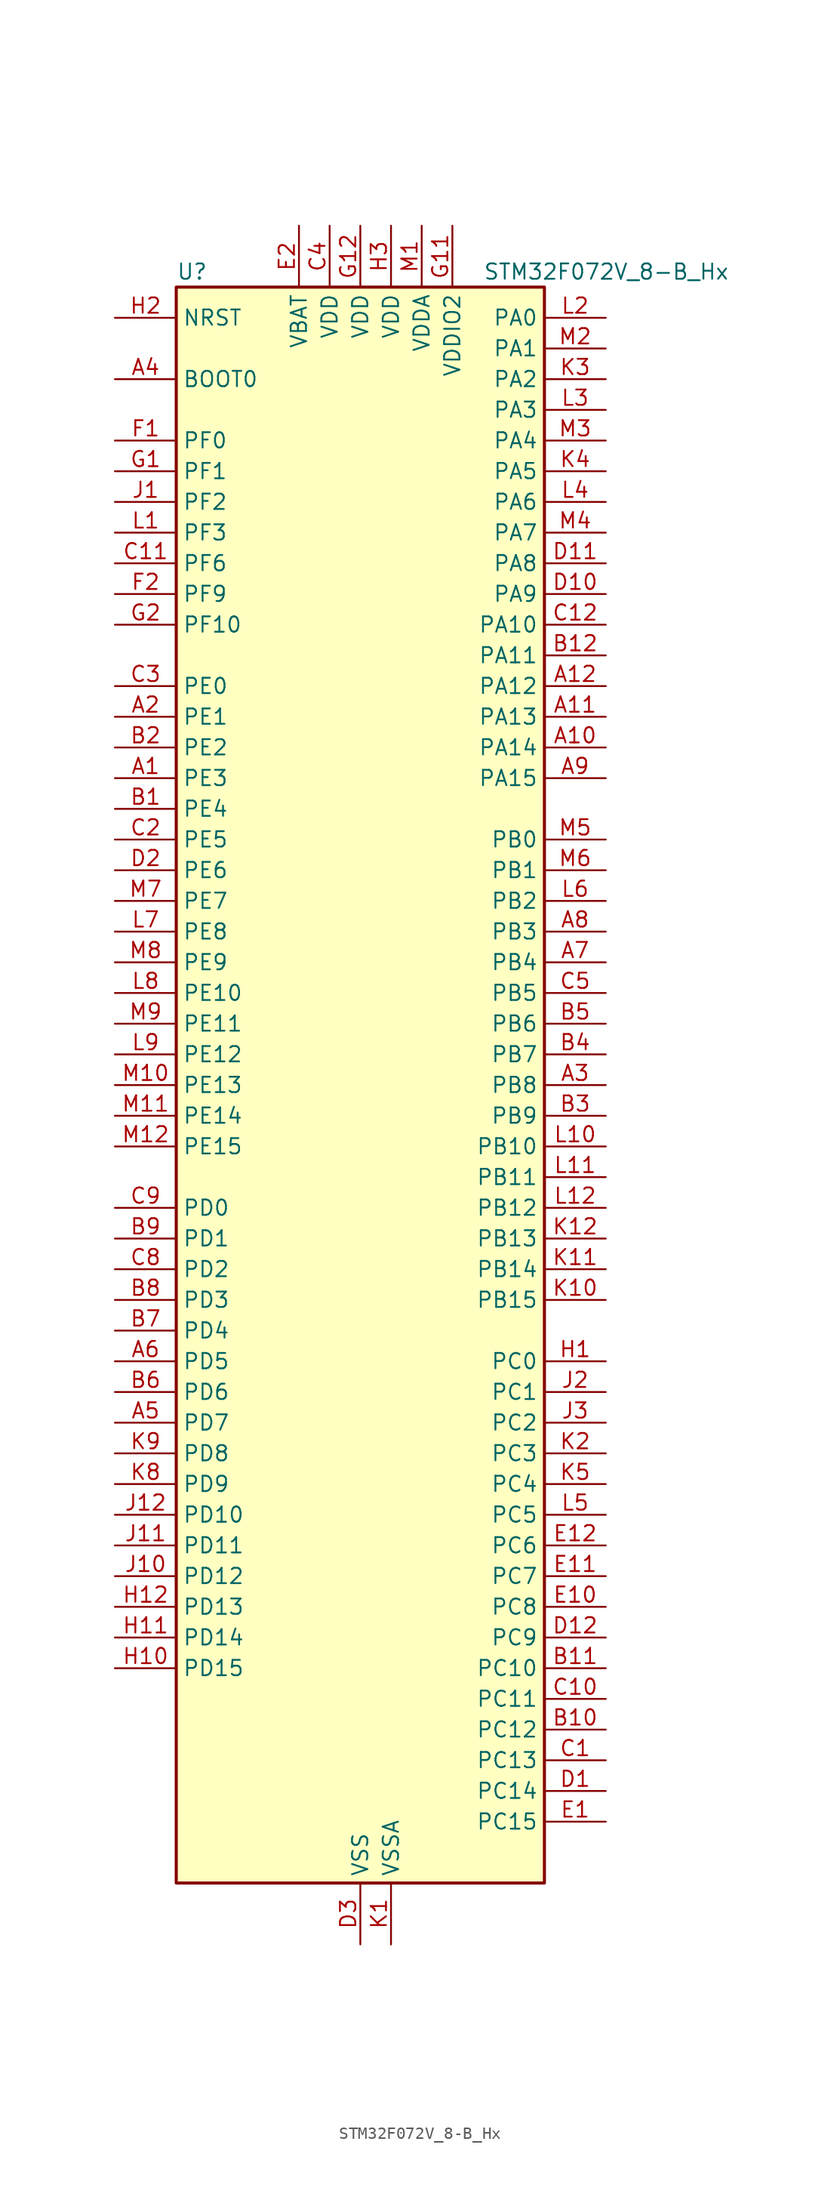
<source format=kicad_sym>
(kicad_symbol_lib
  (version 20231120)
  (generator "kicad_symbol_editor")
  (generator_version "8.0")
  (symbol "STM32F072V_8-B_Hx"
    (property "Reference" "U"
      (at -15.24 67.31 0)
      (effects (font (size 1.27 1.27)) (justify left)))
    (property "Value" "STM32F072V_8-B_Hx"
      (at 10.16 67.31 0)
      (effects (font (size 1.27 1.27)) (justify left)))
    (property "ki_locked" ""
      (at 0 0 0)
      (effects (font (size 1.27 1.27))))
    (symbol "STM32F072V_8-B_Hx_0_1"
      (rectangle (start -15.24 -66.04) (end 15.24 66.04) (stroke (width 0.254) (type default)) (fill (type background))))
    (symbol "STM32F072V_8-B_Hx_1_1"
      (pin bidirectional line (at -20.32 25.4 0) (length 5.08) (name "PE3" (effects (font (size 1.27 1.27)))) (number "A1" (effects (font (size 1.27 1.27)))) (alternate "TIM3_CH1" bidirectional line) (alternate "TSC_G7_IO2" bidirectional line))
      (pin bidirectional line (at 20.32 27.94 180) (length 5.08) (name "PA14" (effects (font (size 1.27 1.27)))) (number "A10" (effects (font (size 1.27 1.27)))) (alternate "SYS_SWCLK" bidirectional line) (alternate "USART2_TX" bidirectional line))
      (pin bidirectional line (at 20.32 30.48 180) (length 5.08) (name "PA13" (effects (font (size 1.27 1.27)))) (number "A11" (effects (font (size 1.27 1.27)))) (alternate "IR_OUT" bidirectional line) (alternate "SYS_SWDIO" bidirectional line) (alternate "USB_NOE" bidirectional line))
      (pin bidirectional line (at 20.32 33.02 180) (length 5.08) (name "PA12" (effects (font (size 1.27 1.27)))) (number "A12" (effects (font (size 1.27 1.27)))) (alternate "CAN_TX" bidirectional line) (alternate "COMP2_OUT" bidirectional line) (alternate "TIM1_ETR" bidirectional line) (alternate "TSC_G4_IO4" bidirectional line) (alternate "USART1_DE" bidirectional line) (alternate "USART1_RTS" bidirectional line) (alternate "USB_DP" bidirectional line))
      (pin bidirectional line (at -20.32 30.48 0) (length 5.08) (name "PE1" (effects (font (size 1.27 1.27)))) (number "A2" (effects (font (size 1.27 1.27)))) (alternate "TIM17_CH1" bidirectional line))
      (pin bidirectional line (at 20.32 0 180) (length 5.08) (name "PB8" (effects (font (size 1.27 1.27)))) (number "A3" (effects (font (size 1.27 1.27)))) (alternate "CAN_RX" bidirectional line) (alternate "CEC" bidirectional line) (alternate "I2C1_SCL" bidirectional line) (alternate "TIM16_CH1" bidirectional line) (alternate "TSC_SYNC" bidirectional line))
      (pin input line (at -20.32 58.42 0) (length 5.08) (name "BOOT0" (effects (font (size 1.27 1.27)))) (number "A4" (effects (font (size 1.27 1.27)))))
      (pin bidirectional line (at -20.32 -27.94 0) (length 5.08) (name "PD7" (effects (font (size 1.27 1.27)))) (number "A5" (effects (font (size 1.27 1.27)))) (alternate "USART2_CK" bidirectional line))
      (pin bidirectional line (at -20.32 -22.86 0) (length 5.08) (name "PD5" (effects (font (size 1.27 1.27)))) (number "A6" (effects (font (size 1.27 1.27)))) (alternate "USART2_TX" bidirectional line))
      (pin bidirectional line (at 20.32 10.16 180) (length 5.08) (name "PB4" (effects (font (size 1.27 1.27)))) (number "A7" (effects (font (size 1.27 1.27)))) (alternate "I2S1_MCK" bidirectional line) (alternate "SPI1_MISO" bidirectional line) (alternate "TIM17_BKIN" bidirectional line) (alternate "TIM3_CH1" bidirectional line) (alternate "TSC_G5_IO2" bidirectional line))
      (pin bidirectional line (at 20.32 12.7 180) (length 5.08) (name "PB3" (effects (font (size 1.27 1.27)))) (number "A8" (effects (font (size 1.27 1.27)))) (alternate "I2S1_CK" bidirectional line) (alternate "SPI1_SCK" bidirectional line) (alternate "TIM2_CH2" bidirectional line) (alternate "TSC_G5_IO1" bidirectional line))
      (pin bidirectional line (at 20.32 25.4 180) (length 5.08) (name "PA15" (effects (font (size 1.27 1.27)))) (number "A9" (effects (font (size 1.27 1.27)))) (alternate "I2S1_WS" bidirectional line) (alternate "SPI1_NSS" bidirectional line) (alternate "TIM2_CH1" bidirectional line) (alternate "TIM2_ETR" bidirectional line) (alternate "USART2_RX" bidirectional line) (alternate "USART4_DE" bidirectional line) (alternate "USART4_RTS" bidirectional line))
      (pin bidirectional line (at -20.32 22.86 0) (length 5.08) (name "PE4" (effects (font (size 1.27 1.27)))) (number "B1" (effects (font (size 1.27 1.27)))) (alternate "TIM3_CH2" bidirectional line) (alternate "TSC_G7_IO3" bidirectional line))
      (pin bidirectional line (at 20.32 -53.34 180) (length 5.08) (name "PC12" (effects (font (size 1.27 1.27)))) (number "B10" (effects (font (size 1.27 1.27)))) (alternate "USART3_CK" bidirectional line) (alternate "USART4_CK" bidirectional line))
      (pin bidirectional line (at 20.32 -48.26 180) (length 5.08) (name "PC10" (effects (font (size 1.27 1.27)))) (number "B11" (effects (font (size 1.27 1.27)))) (alternate "USART3_TX" bidirectional line) (alternate "USART4_TX" bidirectional line))
      (pin bidirectional line (at 20.32 35.56 180) (length 5.08) (name "PA11" (effects (font (size 1.27 1.27)))) (number "B12" (effects (font (size 1.27 1.27)))) (alternate "CAN_RX" bidirectional line) (alternate "COMP1_OUT" bidirectional line) (alternate "TIM1_CH4" bidirectional line) (alternate "TSC_G4_IO3" bidirectional line) (alternate "USART1_CTS" bidirectional line) (alternate "USB_DM" bidirectional line))
      (pin bidirectional line (at -20.32 27.94 0) (length 5.08) (name "PE2" (effects (font (size 1.27 1.27)))) (number "B2" (effects (font (size 1.27 1.27)))) (alternate "TIM3_ETR" bidirectional line) (alternate "TSC_G7_IO1" bidirectional line))
      (pin bidirectional line (at 20.32 -2.54 180) (length 5.08) (name "PB9" (effects (font (size 1.27 1.27)))) (number "B3" (effects (font (size 1.27 1.27)))) (alternate "CAN_TX" bidirectional line) (alternate "DAC_EXTI9" bidirectional line) (alternate "I2C1_SDA" bidirectional line) (alternate "I2S2_WS" bidirectional line) (alternate "IR_OUT" bidirectional line) (alternate "SPI2_NSS" bidirectional line) (alternate "TIM17_CH1" bidirectional line))
      (pin bidirectional line (at 20.32 2.54 180) (length 5.08) (name "PB7" (effects (font (size 1.27 1.27)))) (number "B4" (effects (font (size 1.27 1.27)))) (alternate "I2C1_SDA" bidirectional line) (alternate "TIM17_CH1N" bidirectional line) (alternate "TSC_G5_IO4" bidirectional line) (alternate "USART1_RX" bidirectional line) (alternate "USART4_CTS" bidirectional line))
      (pin bidirectional line (at 20.32 5.08 180) (length 5.08) (name "PB6" (effects (font (size 1.27 1.27)))) (number "B5" (effects (font (size 1.27 1.27)))) (alternate "I2C1_SCL" bidirectional line) (alternate "TIM16_CH1N" bidirectional line) (alternate "TSC_G5_IO3" bidirectional line) (alternate "USART1_TX" bidirectional line))
      (pin bidirectional line (at -20.32 -25.4 0) (length 5.08) (name "PD6" (effects (font (size 1.27 1.27)))) (number "B6" (effects (font (size 1.27 1.27)))) (alternate "USART2_RX" bidirectional line))
      (pin bidirectional line (at -20.32 -20.32 0) (length 5.08) (name "PD4" (effects (font (size 1.27 1.27)))) (number "B7" (effects (font (size 1.27 1.27)))) (alternate "I2S2_SD" bidirectional line) (alternate "SPI2_MOSI" bidirectional line) (alternate "USART2_DE" bidirectional line) (alternate "USART2_RTS" bidirectional line))
      (pin bidirectional line (at -20.32 -17.78 0) (length 5.08) (name "PD3" (effects (font (size 1.27 1.27)))) (number "B8" (effects (font (size 1.27 1.27)))) (alternate "I2S2_MCK" bidirectional line) (alternate "SPI2_MISO" bidirectional line) (alternate "USART2_CTS" bidirectional line))
      (pin bidirectional line (at -20.32 -12.7 0) (length 5.08) (name "PD1" (effects (font (size 1.27 1.27)))) (number "B9" (effects (font (size 1.27 1.27)))) (alternate "CAN_TX" bidirectional line) (alternate "I2S2_CK" bidirectional line) (alternate "SPI2_SCK" bidirectional line))
      (pin bidirectional line (at 20.32 -55.88 180) (length 5.08) (name "PC13" (effects (font (size 1.27 1.27)))) (number "C1" (effects (font (size 1.27 1.27)))) (alternate "RTC_OUT_ALARM" bidirectional line) (alternate "RTC_OUT_CALIB" bidirectional line) (alternate "RTC_TAMP1" bidirectional line) (alternate "RTC_TS" bidirectional line) (alternate "SYS_WKUP2" bidirectional line))
      (pin bidirectional line (at 20.32 -50.8 180) (length 5.08) (name "PC11" (effects (font (size 1.27 1.27)))) (number "C10" (effects (font (size 1.27 1.27)))) (alternate "USART3_RX" bidirectional line) (alternate "USART4_RX" bidirectional line))
      (pin bidirectional line (at -20.32 43.18 0) (length 5.08) (name "PF6" (effects (font (size 1.27 1.27)))) (number "C11" (effects (font (size 1.27 1.27)))))
      (pin bidirectional line (at 20.32 38.1 180) (length 5.08) (name "PA10" (effects (font (size 1.27 1.27)))) (number "C12" (effects (font (size 1.27 1.27)))) (alternate "TIM17_BKIN" bidirectional line) (alternate "TIM1_CH3" bidirectional line) (alternate "TSC_G4_IO2" bidirectional line) (alternate "USART1_RX" bidirectional line))
      (pin bidirectional line (at -20.32 20.32 0) (length 5.08) (name "PE5" (effects (font (size 1.27 1.27)))) (number "C2" (effects (font (size 1.27 1.27)))) (alternate "TIM3_CH3" bidirectional line) (alternate "TSC_G7_IO4" bidirectional line))
      (pin bidirectional line (at -20.32 33.02 0) (length 5.08) (name "PE0" (effects (font (size 1.27 1.27)))) (number "C3" (effects (font (size 1.27 1.27)))) (alternate "TIM16_CH1" bidirectional line))
      (pin power_in line (at -2.54 71.12 270) (length 5.08) (name "VDD" (effects (font (size 1.27 1.27)))) (number "C4" (effects (font (size 1.27 1.27)))))
      (pin bidirectional line (at 20.32 7.62 180) (length 5.08) (name "PB5" (effects (font (size 1.27 1.27)))) (number "C5" (effects (font (size 1.27 1.27)))) (alternate "I2C1_SMBA" bidirectional line) (alternate "I2S1_SD" bidirectional line) (alternate "SPI1_MOSI" bidirectional line) (alternate "SYS_WKUP6" bidirectional line) (alternate "TIM16_BKIN" bidirectional line) (alternate "TIM3_CH2" bidirectional line))
      (pin bidirectional line (at -20.32 -15.24 0) (length 5.08) (name "PD2" (effects (font (size 1.27 1.27)))) (number "C8" (effects (font (size 1.27 1.27)))) (alternate "TIM3_ETR" bidirectional line) (alternate "USART3_DE" bidirectional line) (alternate "USART3_RTS" bidirectional line))
      (pin bidirectional line (at -20.32 -10.16 0) (length 5.08) (name "PD0" (effects (font (size 1.27 1.27)))) (number "C9" (effects (font (size 1.27 1.27)))) (alternate "CAN_RX" bidirectional line) (alternate "I2S2_WS" bidirectional line) (alternate "SPI2_NSS" bidirectional line))
      (pin bidirectional line (at 20.32 -58.42 180) (length 5.08) (name "PC14" (effects (font (size 1.27 1.27)))) (number "D1" (effects (font (size 1.27 1.27)))) (alternate "RCC_OSC32_IN" bidirectional line))
      (pin bidirectional line (at 20.32 40.64 180) (length 5.08) (name "PA9" (effects (font (size 1.27 1.27)))) (number "D10" (effects (font (size 1.27 1.27)))) (alternate "DAC_EXTI9" bidirectional line) (alternate "TIM15_BKIN" bidirectional line) (alternate "TIM1_CH2" bidirectional line) (alternate "TSC_G4_IO1" bidirectional line) (alternate "USART1_TX" bidirectional line))
      (pin bidirectional line (at 20.32 43.18 180) (length 5.08) (name "PA8" (effects (font (size 1.27 1.27)))) (number "D11" (effects (font (size 1.27 1.27)))) (alternate "CRS_SYNC" bidirectional line) (alternate "RCC_MCO" bidirectional line) (alternate "TIM1_CH1" bidirectional line) (alternate "USART1_CK" bidirectional line))
      (pin bidirectional line (at 20.32 -45.72 180) (length 5.08) (name "PC9" (effects (font (size 1.27 1.27)))) (number "D12" (effects (font (size 1.27 1.27)))) (alternate "DAC_EXTI9" bidirectional line) (alternate "TIM3_CH4" bidirectional line))
      (pin bidirectional line (at -20.32 17.78 0) (length 5.08) (name "PE6" (effects (font (size 1.27 1.27)))) (number "D2" (effects (font (size 1.27 1.27)))) (alternate "RTC_TAMP3" bidirectional line) (alternate "SYS_WKUP3" bidirectional line) (alternate "TIM3_CH4" bidirectional line))
      (pin power_in line (at 0 -71.12 90) (length 5.08) (name "VSS" (effects (font (size 1.27 1.27)))) (number "D3" (effects (font (size 1.27 1.27)))))
      (pin bidirectional line (at 20.32 -60.96 180) (length 5.08) (name "PC15" (effects (font (size 1.27 1.27)))) (number "E1" (effects (font (size 1.27 1.27)))) (alternate "RCC_OSC32_OUT" bidirectional line))
      (pin bidirectional line (at 20.32 -43.18 180) (length 5.08) (name "PC8" (effects (font (size 1.27 1.27)))) (number "E10" (effects (font (size 1.27 1.27)))) (alternate "TIM3_CH3" bidirectional line))
      (pin bidirectional line (at 20.32 -40.64 180) (length 5.08) (name "PC7" (effects (font (size 1.27 1.27)))) (number "E11" (effects (font (size 1.27 1.27)))) (alternate "TIM3_CH2" bidirectional line))
      (pin bidirectional line (at 20.32 -38.1 180) (length 5.08) (name "PC6" (effects (font (size 1.27 1.27)))) (number "E12" (effects (font (size 1.27 1.27)))) (alternate "TIM3_CH1" bidirectional line))
      (pin power_in line (at -5.08 71.12 270) (length 5.08) (name "VBAT" (effects (font (size 1.27 1.27)))) (number "E2" (effects (font (size 1.27 1.27)))))
      (pin no_connect line (at -15.24 -66.04 0) (length 5.08) hide (name "NC" (effects (font (size 1.27 1.27)))) (number "E3" (effects (font (size 1.27 1.27)))))
      (pin bidirectional line (at -20.32 53.34 0) (length 5.08) (name "PF0" (effects (font (size 1.27 1.27)))) (number "F1" (effects (font (size 1.27 1.27)))) (alternate "CRS_SYNC" bidirectional line) (alternate "RCC_OSC_IN" bidirectional line))
      (pin passive line (at 0 -71.12 90) (length 5.08) hide (name "VSS" (effects (font (size 1.27 1.27)))) (number "F11" (effects (font (size 1.27 1.27)))))
      (pin passive line (at 0 -71.12 90) (length 5.08) hide (name "VSS" (effects (font (size 1.27 1.27)))) (number "F12" (effects (font (size 1.27 1.27)))))
      (pin bidirectional line (at -20.32 40.64 0) (length 5.08) (name "PF9" (effects (font (size 1.27 1.27)))) (number "F2" (effects (font (size 1.27 1.27)))) (alternate "DAC_EXTI9" bidirectional line) (alternate "TIM15_CH1" bidirectional line))
      (pin bidirectional line (at -20.32 50.8 0) (length 5.08) (name "PF1" (effects (font (size 1.27 1.27)))) (number "G1" (effects (font (size 1.27 1.27)))) (alternate "RCC_OSC_OUT" bidirectional line))
      (pin power_in line (at 7.62 71.12 270) (length 5.08) (name "VDDIO2" (effects (font (size 1.27 1.27)))) (number "G11" (effects (font (size 1.27 1.27)))))
      (pin power_in line (at 0 71.12 270) (length 5.08) (name "VDD" (effects (font (size 1.27 1.27)))) (number "G12" (effects (font (size 1.27 1.27)))))
      (pin bidirectional line (at -20.32 38.1 0) (length 5.08) (name "PF10" (effects (font (size 1.27 1.27)))) (number "G2" (effects (font (size 1.27 1.27)))) (alternate "TIM15_CH2" bidirectional line))
      (pin bidirectional line (at 20.32 -22.86 180) (length 5.08) (name "PC0" (effects (font (size 1.27 1.27)))) (number "H1" (effects (font (size 1.27 1.27)))) (alternate "ADC_IN10" bidirectional line))
      (pin bidirectional line (at -20.32 -48.26 0) (length 5.08) (name "PD15" (effects (font (size 1.27 1.27)))) (number "H10" (effects (font (size 1.27 1.27)))) (alternate "CRS_SYNC" bidirectional line) (alternate "TSC_G8_IO4" bidirectional line))
      (pin bidirectional line (at -20.32 -45.72 0) (length 5.08) (name "PD14" (effects (font (size 1.27 1.27)))) (number "H11" (effects (font (size 1.27 1.27)))) (alternate "TSC_G8_IO3" bidirectional line))
      (pin bidirectional line (at -20.32 -43.18 0) (length 5.08) (name "PD13" (effects (font (size 1.27 1.27)))) (number "H12" (effects (font (size 1.27 1.27)))) (alternate "TSC_G8_IO2" bidirectional line))
      (pin input line (at -20.32 63.5 0) (length 5.08) (name "NRST" (effects (font (size 1.27 1.27)))) (number "H2" (effects (font (size 1.27 1.27)))))
      (pin power_in line (at 2.54 71.12 270) (length 5.08) (name "VDD" (effects (font (size 1.27 1.27)))) (number "H3" (effects (font (size 1.27 1.27)))))
      (pin bidirectional line (at -20.32 48.26 0) (length 5.08) (name "PF2" (effects (font (size 1.27 1.27)))) (number "J1" (effects (font (size 1.27 1.27)))) (alternate "SYS_WKUP8" bidirectional line))
      (pin bidirectional line (at -20.32 -40.64 0) (length 5.08) (name "PD12" (effects (font (size 1.27 1.27)))) (number "J10" (effects (font (size 1.27 1.27)))) (alternate "TSC_G8_IO1" bidirectional line) (alternate "USART3_DE" bidirectional line) (alternate "USART3_RTS" bidirectional line))
      (pin bidirectional line (at -20.32 -38.1 0) (length 5.08) (name "PD11" (effects (font (size 1.27 1.27)))) (number "J11" (effects (font (size 1.27 1.27)))) (alternate "USART3_CTS" bidirectional line))
      (pin bidirectional line (at -20.32 -35.56 0) (length 5.08) (name "PD10" (effects (font (size 1.27 1.27)))) (number "J12" (effects (font (size 1.27 1.27)))) (alternate "USART3_CK" bidirectional line))
      (pin bidirectional line (at 20.32 -25.4 180) (length 5.08) (name "PC1" (effects (font (size 1.27 1.27)))) (number "J2" (effects (font (size 1.27 1.27)))) (alternate "ADC_IN11" bidirectional line))
      (pin bidirectional line (at 20.32 -27.94 180) (length 5.08) (name "PC2" (effects (font (size 1.27 1.27)))) (number "J3" (effects (font (size 1.27 1.27)))) (alternate "ADC_IN12" bidirectional line) (alternate "I2S2_MCK" bidirectional line) (alternate "SPI2_MISO" bidirectional line))
      (pin power_in line (at 2.54 -71.12 90) (length 5.08) (name "VSSA" (effects (font (size 1.27 1.27)))) (number "K1" (effects (font (size 1.27 1.27)))))
      (pin bidirectional line (at 20.32 -17.78 180) (length 5.08) (name "PB15" (effects (font (size 1.27 1.27)))) (number "K10" (effects (font (size 1.27 1.27)))) (alternate "I2S2_SD" bidirectional line) (alternate "RTC_REFIN" bidirectional line) (alternate "SPI2_MOSI" bidirectional line) (alternate "SYS_WKUP7" bidirectional line) (alternate "TIM15_CH1N" bidirectional line) (alternate "TIM15_CH2" bidirectional line) (alternate "TIM1_CH3N" bidirectional line))
      (pin bidirectional line (at 20.32 -15.24 180) (length 5.08) (name "PB14" (effects (font (size 1.27 1.27)))) (number "K11" (effects (font (size 1.27 1.27)))) (alternate "I2C2_SDA" bidirectional line) (alternate "I2S2_MCK" bidirectional line) (alternate "SPI2_MISO" bidirectional line) (alternate "TIM15_CH1" bidirectional line) (alternate "TIM1_CH2N" bidirectional line) (alternate "TSC_G6_IO4" bidirectional line) (alternate "USART3_DE" bidirectional line) (alternate "USART3_RTS" bidirectional line))
      (pin bidirectional line (at 20.32 -12.7 180) (length 5.08) (name "PB13" (effects (font (size 1.27 1.27)))) (number "K12" (effects (font (size 1.27 1.27)))) (alternate "I2C2_SCL" bidirectional line) (alternate "I2S2_CK" bidirectional line) (alternate "SPI2_SCK" bidirectional line) (alternate "TIM1_CH1N" bidirectional line) (alternate "TSC_G6_IO3" bidirectional line) (alternate "USART3_CTS" bidirectional line))
      (pin bidirectional line (at 20.32 -30.48 180) (length 5.08) (name "PC3" (effects (font (size 1.27 1.27)))) (number "K2" (effects (font (size 1.27 1.27)))) (alternate "ADC_IN13" bidirectional line) (alternate "I2S2_SD" bidirectional line) (alternate "SPI2_MOSI" bidirectional line))
      (pin bidirectional line (at 20.32 58.42 180) (length 5.08) (name "PA2" (effects (font (size 1.27 1.27)))) (number "K3" (effects (font (size 1.27 1.27)))) (alternate "ADC_IN2" bidirectional line) (alternate "COMP2_INM" bidirectional line) (alternate "COMP2_OUT" bidirectional line) (alternate "SYS_WKUP4" bidirectional line) (alternate "TIM15_CH1" bidirectional line) (alternate "TIM2_CH3" bidirectional line) (alternate "TSC_G1_IO3" bidirectional line) (alternate "USART2_TX" bidirectional line))
      (pin bidirectional line (at 20.32 50.8 180) (length 5.08) (name "PA5" (effects (font (size 1.27 1.27)))) (number "K4" (effects (font (size 1.27 1.27)))) (alternate "ADC_IN5" bidirectional line) (alternate "CEC" bidirectional line) (alternate "COMP1_INM" bidirectional line) (alternate "COMP2_INM" bidirectional line) (alternate "DAC_OUT2" bidirectional line) (alternate "I2S1_CK" bidirectional line) (alternate "SPI1_SCK" bidirectional line) (alternate "TIM2_CH1" bidirectional line) (alternate "TIM2_ETR" bidirectional line) (alternate "TSC_G2_IO2" bidirectional line))
      (pin bidirectional line (at 20.32 -33.02 180) (length 5.08) (name "PC4" (effects (font (size 1.27 1.27)))) (number "K5" (effects (font (size 1.27 1.27)))) (alternate "ADC_IN14" bidirectional line) (alternate "USART3_TX" bidirectional line))
      (pin bidirectional line (at -20.32 -33.02 0) (length 5.08) (name "PD9" (effects (font (size 1.27 1.27)))) (number "K8" (effects (font (size 1.27 1.27)))) (alternate "DAC_EXTI9" bidirectional line) (alternate "USART3_RX" bidirectional line))
      (pin bidirectional line (at -20.32 -30.48 0) (length 5.08) (name "PD8" (effects (font (size 1.27 1.27)))) (number "K9" (effects (font (size 1.27 1.27)))) (alternate "USART3_TX" bidirectional line))
      (pin bidirectional line (at -20.32 45.72 0) (length 5.08) (name "PF3" (effects (font (size 1.27 1.27)))) (number "L1" (effects (font (size 1.27 1.27)))))
      (pin bidirectional line (at 20.32 -5.08 180) (length 5.08) (name "PB10" (effects (font (size 1.27 1.27)))) (number "L10" (effects (font (size 1.27 1.27)))) (alternate "CEC" bidirectional line) (alternate "I2C2_SCL" bidirectional line) (alternate "I2S2_CK" bidirectional line) (alternate "SPI2_SCK" bidirectional line) (alternate "TIM2_CH3" bidirectional line) (alternate "TSC_SYNC" bidirectional line) (alternate "USART3_TX" bidirectional line))
      (pin bidirectional line (at 20.32 -7.62 180) (length 5.08) (name "PB11" (effects (font (size 1.27 1.27)))) (number "L11" (effects (font (size 1.27 1.27)))) (alternate "I2C2_SDA" bidirectional line) (alternate "TIM2_CH4" bidirectional line) (alternate "TSC_G6_IO1" bidirectional line) (alternate "USART3_RX" bidirectional line))
      (pin bidirectional line (at 20.32 -10.16 180) (length 5.08) (name "PB12" (effects (font (size 1.27 1.27)))) (number "L12" (effects (font (size 1.27 1.27)))) (alternate "I2S2_WS" bidirectional line) (alternate "SPI2_NSS" bidirectional line) (alternate "TIM15_BKIN" bidirectional line) (alternate "TIM1_BKIN" bidirectional line) (alternate "TSC_G6_IO2" bidirectional line) (alternate "USART3_CK" bidirectional line))
      (pin bidirectional line (at 20.32 63.5 180) (length 5.08) (name "PA0" (effects (font (size 1.27 1.27)))) (number "L2" (effects (font (size 1.27 1.27)))) (alternate "ADC_IN0" bidirectional line) (alternate "COMP1_INM" bidirectional line) (alternate "COMP1_OUT" bidirectional line) (alternate "RTC_TAMP2" bidirectional line) (alternate "SYS_WKUP1" bidirectional line) (alternate "TIM2_CH1" bidirectional line) (alternate "TIM2_ETR" bidirectional line) (alternate "TSC_G1_IO1" bidirectional line) (alternate "USART2_CTS" bidirectional line) (alternate "USART4_TX" bidirectional line))
      (pin bidirectional line (at 20.32 55.88 180) (length 5.08) (name "PA3" (effects (font (size 1.27 1.27)))) (number "L3" (effects (font (size 1.27 1.27)))) (alternate "ADC_IN3" bidirectional line) (alternate "COMP2_INP" bidirectional line) (alternate "TIM15_CH2" bidirectional line) (alternate "TIM2_CH4" bidirectional line) (alternate "TSC_G1_IO4" bidirectional line) (alternate "USART2_RX" bidirectional line))
      (pin bidirectional line (at 20.32 48.26 180) (length 5.08) (name "PA6" (effects (font (size 1.27 1.27)))) (number "L4" (effects (font (size 1.27 1.27)))) (alternate "ADC_IN6" bidirectional line) (alternate "COMP1_OUT" bidirectional line) (alternate "I2S1_MCK" bidirectional line) (alternate "SPI1_MISO" bidirectional line) (alternate "TIM16_CH1" bidirectional line) (alternate "TIM1_BKIN" bidirectional line) (alternate "TIM3_CH1" bidirectional line) (alternate "TSC_G2_IO3" bidirectional line) (alternate "USART3_CTS" bidirectional line))
      (pin bidirectional line (at 20.32 -35.56 180) (length 5.08) (name "PC5" (effects (font (size 1.27 1.27)))) (number "L5" (effects (font (size 1.27 1.27)))) (alternate "ADC_IN15" bidirectional line) (alternate "SYS_WKUP5" bidirectional line) (alternate "TSC_G3_IO1" bidirectional line) (alternate "USART3_RX" bidirectional line))
      (pin bidirectional line (at 20.32 15.24 180) (length 5.08) (name "PB2" (effects (font (size 1.27 1.27)))) (number "L6" (effects (font (size 1.27 1.27)))) (alternate "TSC_G3_IO4" bidirectional line))
      (pin bidirectional line (at -20.32 12.7 0) (length 5.08) (name "PE8" (effects (font (size 1.27 1.27)))) (number "L7" (effects (font (size 1.27 1.27)))) (alternate "TIM1_CH1N" bidirectional line))
      (pin bidirectional line (at -20.32 7.62 0) (length 5.08) (name "PE10" (effects (font (size 1.27 1.27)))) (number "L8" (effects (font (size 1.27 1.27)))) (alternate "TIM1_CH2N" bidirectional line))
      (pin bidirectional line (at -20.32 2.54 0) (length 5.08) (name "PE12" (effects (font (size 1.27 1.27)))) (number "L9" (effects (font (size 1.27 1.27)))) (alternate "I2S1_WS" bidirectional line) (alternate "SPI1_NSS" bidirectional line) (alternate "TIM1_CH3N" bidirectional line))
      (pin power_in line (at 5.08 71.12 270) (length 5.08) (name "VDDA" (effects (font (size 1.27 1.27)))) (number "M1" (effects (font (size 1.27 1.27)))))
      (pin bidirectional line (at -20.32 0 0) (length 5.08) (name "PE13" (effects (font (size 1.27 1.27)))) (number "M10" (effects (font (size 1.27 1.27)))) (alternate "I2S1_CK" bidirectional line) (alternate "SPI1_SCK" bidirectional line) (alternate "TIM1_CH3" bidirectional line))
      (pin bidirectional line (at -20.32 -2.54 0) (length 5.08) (name "PE14" (effects (font (size 1.27 1.27)))) (number "M11" (effects (font (size 1.27 1.27)))) (alternate "I2S1_MCK" bidirectional line) (alternate "SPI1_MISO" bidirectional line) (alternate "TIM1_CH4" bidirectional line))
      (pin bidirectional line (at -20.32 -5.08 0) (length 5.08) (name "PE15" (effects (font (size 1.27 1.27)))) (number "M12" (effects (font (size 1.27 1.27)))) (alternate "I2S1_SD" bidirectional line) (alternate "SPI1_MOSI" bidirectional line) (alternate "TIM1_BKIN" bidirectional line))
      (pin bidirectional line (at 20.32 60.96 180) (length 5.08) (name "PA1" (effects (font (size 1.27 1.27)))) (number "M2" (effects (font (size 1.27 1.27)))) (alternate "ADC_IN1" bidirectional line) (alternate "COMP1_INP" bidirectional line) (alternate "TIM15_CH1N" bidirectional line) (alternate "TIM2_CH2" bidirectional line) (alternate "TSC_G1_IO2" bidirectional line) (alternate "USART2_DE" bidirectional line) (alternate "USART2_RTS" bidirectional line) (alternate "USART4_RX" bidirectional line))
      (pin bidirectional line (at 20.32 53.34 180) (length 5.08) (name "PA4" (effects (font (size 1.27 1.27)))) (number "M3" (effects (font (size 1.27 1.27)))) (alternate "ADC_IN4" bidirectional line) (alternate "COMP1_INM" bidirectional line) (alternate "COMP2_INM" bidirectional line) (alternate "DAC_OUT1" bidirectional line) (alternate "I2S1_WS" bidirectional line) (alternate "SPI1_NSS" bidirectional line) (alternate "TIM14_CH1" bidirectional line) (alternate "TSC_G2_IO1" bidirectional line) (alternate "USART2_CK" bidirectional line))
      (pin bidirectional line (at 20.32 45.72 180) (length 5.08) (name "PA7" (effects (font (size 1.27 1.27)))) (number "M4" (effects (font (size 1.27 1.27)))) (alternate "ADC_IN7" bidirectional line) (alternate "COMP2_OUT" bidirectional line) (alternate "I2S1_SD" bidirectional line) (alternate "SPI1_MOSI" bidirectional line) (alternate "TIM14_CH1" bidirectional line) (alternate "TIM17_CH1" bidirectional line) (alternate "TIM1_CH1N" bidirectional line) (alternate "TIM3_CH2" bidirectional line) (alternate "TSC_G2_IO4" bidirectional line))
      (pin bidirectional line (at 20.32 20.32 180) (length 5.08) (name "PB0" (effects (font (size 1.27 1.27)))) (number "M5" (effects (font (size 1.27 1.27)))) (alternate "ADC_IN8" bidirectional line) (alternate "TIM1_CH2N" bidirectional line) (alternate "TIM3_CH3" bidirectional line) (alternate "TSC_G3_IO2" bidirectional line) (alternate "USART3_CK" bidirectional line))
      (pin bidirectional line (at 20.32 17.78 180) (length 5.08) (name "PB1" (effects (font (size 1.27 1.27)))) (number "M6" (effects (font (size 1.27 1.27)))) (alternate "ADC_IN9" bidirectional line) (alternate "TIM14_CH1" bidirectional line) (alternate "TIM1_CH3N" bidirectional line) (alternate "TIM3_CH4" bidirectional line) (alternate "TSC_G3_IO3" bidirectional line) (alternate "USART3_DE" bidirectional line) (alternate "USART3_RTS" bidirectional line))
      (pin bidirectional line (at -20.32 15.24 0) (length 5.08) (name "PE7" (effects (font (size 1.27 1.27)))) (number "M7" (effects (font (size 1.27 1.27)))) (alternate "TIM1_ETR" bidirectional line))
      (pin bidirectional line (at -20.32 10.16 0) (length 5.08) (name "PE9" (effects (font (size 1.27 1.27)))) (number "M8" (effects (font (size 1.27 1.27)))) (alternate "DAC_EXTI9" bidirectional line) (alternate "TIM1_CH1" bidirectional line))
      (pin bidirectional line (at -20.32 5.08 0) (length 5.08) (name "PE11" (effects (font (size 1.27 1.27)))) (number "M9" (effects (font (size 1.27 1.27)))) (alternate "TIM1_CH2" bidirectional line)))))
</source>
